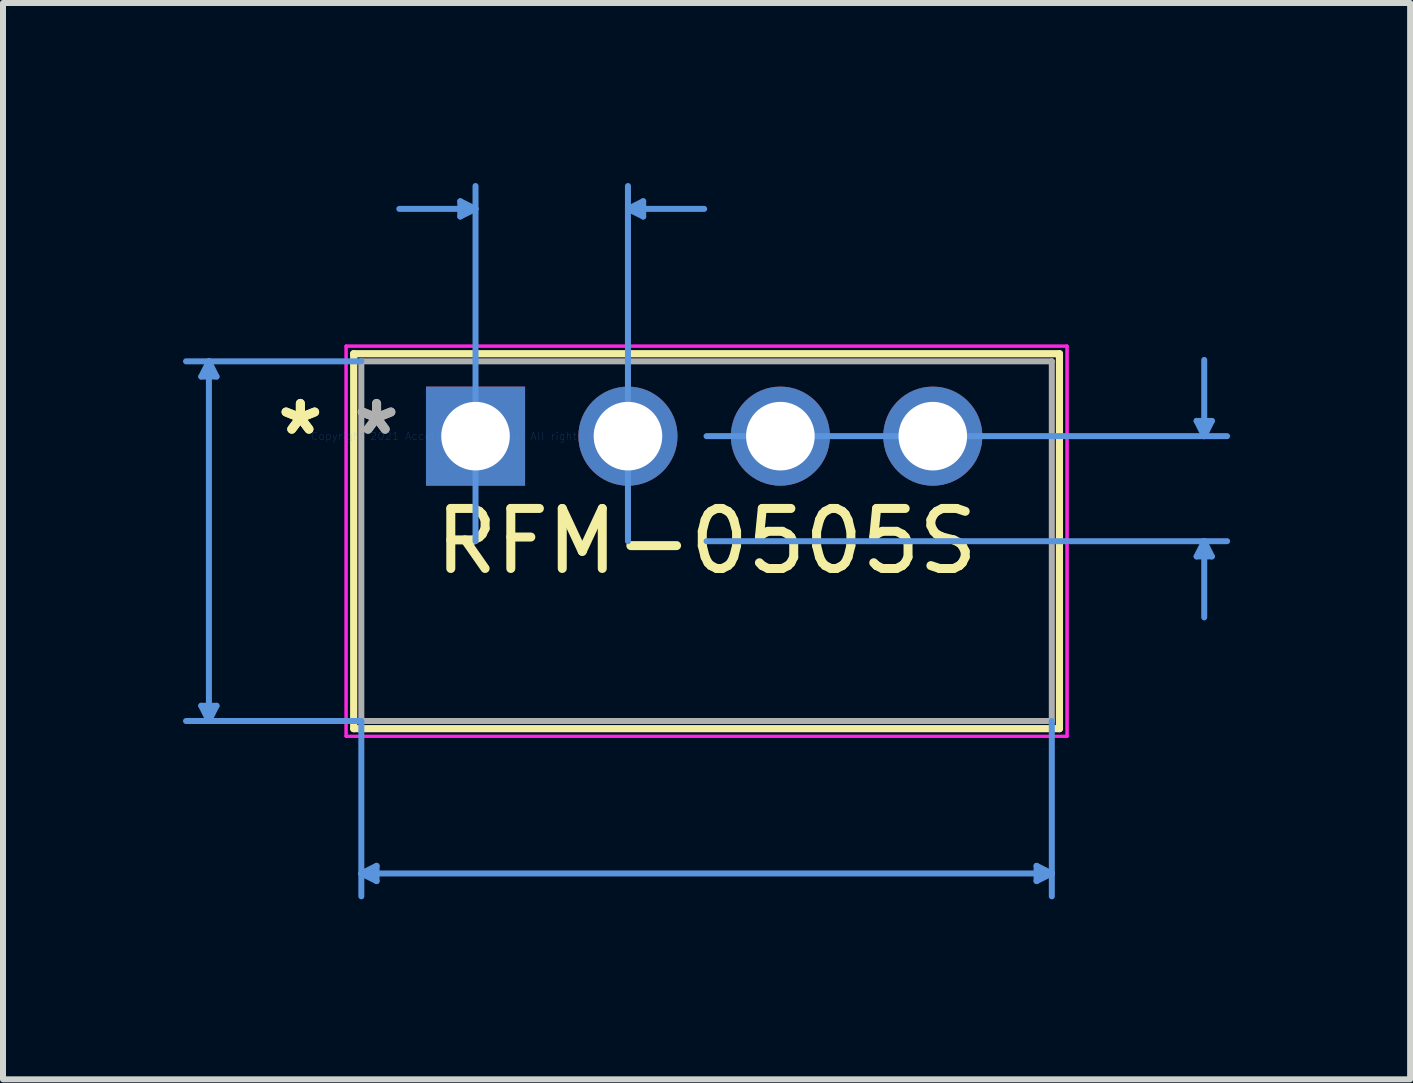
<source format=kicad_pcb>
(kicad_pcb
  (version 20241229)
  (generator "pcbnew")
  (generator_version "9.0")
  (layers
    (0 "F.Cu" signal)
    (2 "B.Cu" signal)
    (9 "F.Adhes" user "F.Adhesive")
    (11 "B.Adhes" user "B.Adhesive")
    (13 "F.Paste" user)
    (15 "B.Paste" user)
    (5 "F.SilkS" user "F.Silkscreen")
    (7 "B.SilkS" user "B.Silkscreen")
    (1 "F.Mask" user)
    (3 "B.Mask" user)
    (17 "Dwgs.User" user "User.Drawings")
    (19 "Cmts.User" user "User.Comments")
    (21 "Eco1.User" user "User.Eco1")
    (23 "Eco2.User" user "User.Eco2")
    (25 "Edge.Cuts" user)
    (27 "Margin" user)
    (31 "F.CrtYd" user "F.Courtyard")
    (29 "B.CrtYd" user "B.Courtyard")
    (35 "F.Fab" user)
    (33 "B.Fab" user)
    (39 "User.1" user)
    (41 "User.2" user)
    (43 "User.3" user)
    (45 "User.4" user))
  (footprint "RFM-0505S"
    (layer "F.Cu")
    (at 4.874 4.218)
    (property "Reference" "RFM-0505S" (at 3.85 1.75 0) (layer "F.SilkS") (effects (font (size 1 1) (thickness 0.15))))
    (attr through_hole)
    (fp_line (start -2.03 -1.374) (end -2.03 4.874) (stroke (width 0.12) (type solid)) (layer "F.SilkS"))
    (fp_line (start -2.03 4.874) (end 9.73 4.874) (stroke (width 0.12) (type solid)) (layer "F.SilkS"))
    (fp_line (start 9.73 -1.374) (end -2.03 -1.374) (stroke (width 0.12) (type solid)) (layer "F.SilkS"))
    (fp_line (start 9.73 4.874) (end 9.73 -1.374) (stroke (width 0.12) (type solid)) (layer "F.SilkS"))
    (fp_line (start -4.57 -0.993) (end -4.316 -0.993) (stroke (width 0.1) (type solid)) (layer "Cmts.User"))
    (fp_line (start -4.57 4.493) (end -4.316 4.493) (stroke (width 0.1) (type solid)) (layer "Cmts.User"))
    (fp_line (start -4.443 -1.247) (end -4.57 -0.993) (stroke (width 0.1) (type solid)) (layer "Cmts.User"))
    (fp_line (start -4.443 -1.247) (end -4.443 4.747) (stroke (width 0.1) (type solid)) (layer "Cmts.User"))
    (fp_line (start -4.443 -1.247) (end -4.316 -0.993) (stroke (width 0.1) (type solid)) (layer "Cmts.User"))
    (fp_line (start -4.443 4.747) (end -4.57 4.493) (stroke (width 0.1) (type solid)) (layer "Cmts.User"))
    (fp_line (start -4.443 4.747) (end -4.316 4.493) (stroke (width 0.1) (type solid)) (layer "Cmts.User"))
    (fp_line (start -1.903 -1.247) (end -4.824 -1.247) (stroke (width 0.1) (type solid)) (layer "Cmts.User"))
    (fp_line (start -1.903 4.747) (end -4.824 4.747) (stroke (width 0.1) (type solid)) (layer "Cmts.User"))
    (fp_line (start -1.903 4.747) (end -1.903 7.668) (stroke (width 0.1) (type solid)) (layer "Cmts.User"))
    (fp_line (start -1.903 7.287) (end -1.649 7.16) (stroke (width 0.1) (type solid)) (layer "Cmts.User"))
    (fp_line (start -1.903 7.287) (end -1.649 7.414) (stroke (width 0.1) (type solid)) (layer "Cmts.User"))
    (fp_line (start -1.903 7.287) (end 9.603 7.287) (stroke (width 0.1) (type solid)) (layer "Cmts.User"))
    (fp_line (start -1.649 7.16) (end -1.649 7.414) (stroke (width 0.1) (type solid)) (layer "Cmts.User"))
    (fp_line (start -0.254 -3.914) (end -0.254 -3.66) (stroke (width 0.1) (type solid)) (layer "Cmts.User"))
    (fp_line (start 0 -3.787) (end -1.27 -3.787) (stroke (width 0.1) (type solid)) (layer "Cmts.User"))
    (fp_line (start 0 -3.787) (end -0.254 -3.914) (stroke (width 0.1) (type solid)) (layer "Cmts.User"))
    (fp_line (start 0 -3.787) (end -0.254 -3.66) (stroke (width 0.1) (type solid)) (layer "Cmts.User"))
    (fp_line (start 0 1.75) (end 0 -4.168) (stroke (width 0.1) (type solid)) (layer "Cmts.User"))
    (fp_line (start 2.54 -3.787) (end 2.794 -3.914) (stroke (width 0.1) (type solid)) (layer "Cmts.User"))
    (fp_line (start 2.54 -3.787) (end 2.794 -3.66) (stroke (width 0.1) (type solid)) (layer "Cmts.User"))
    (fp_line (start 2.54 -3.787) (end 3.81 -3.787) (stroke (width 0.1) (type solid)) (layer "Cmts.User"))
    (fp_line (start 2.54 1.75) (end 2.54 -4.168) (stroke (width 0.1) (type solid)) (layer "Cmts.User"))
    (fp_line (start 2.794 -3.914) (end 2.794 -3.66) (stroke (width 0.1) (type solid)) (layer "Cmts.User"))
    (fp_line (start 3.85 0) (end 12.524 0) (stroke (width 0.1) (type solid)) (layer "Cmts.User"))
    (fp_line (start 3.85 1.75) (end 12.524 1.75) (stroke (width 0.1) (type solid)) (layer "Cmts.User"))
    (fp_line (start 9.349 7.16) (end 9.349 7.414) (stroke (width 0.1) (type solid)) (layer "Cmts.User"))
    (fp_line (start 9.603 4.747) (end 9.603 7.668) (stroke (width 0.1) (type solid)) (layer "Cmts.User"))
    (fp_line (start 9.603 7.287) (end 9.349 7.16) (stroke (width 0.1) (type solid)) (layer "Cmts.User"))
    (fp_line (start 9.603 7.287) (end 9.349 7.414) (stroke (width 0.1) (type solid)) (layer "Cmts.User"))
    (fp_line (start 12.016 -0.254) (end 12.27 -0.254) (stroke (width 0.1) (type solid)) (layer "Cmts.User"))
    (fp_line (start 12.016 2.004) (end 12.27 2.004) (stroke (width 0.1) (type solid)) (layer "Cmts.User"))
    (fp_line (start 12.143 0) (end 12.016 -0.254) (stroke (width 0.1) (type solid)) (layer "Cmts.User"))
    (fp_line (start 12.143 0) (end 12.143 -1.27) (stroke (width 0.1) (type solid)) (layer "Cmts.User"))
    (fp_line (start 12.143 0) (end 12.27 -0.254) (stroke (width 0.1) (type solid)) (layer "Cmts.User"))
    (fp_line (start 12.143 1.75) (end 12.016 2.004) (stroke (width 0.1) (type solid)) (layer "Cmts.User"))
    (fp_line (start 12.143 1.75) (end 12.143 3.02) (stroke (width 0.1) (type solid)) (layer "Cmts.User"))
    (fp_line (start 12.143 1.75) (end 12.27 2.004) (stroke (width 0.1) (type solid)) (layer "Cmts.User"))
    (fp_line (start -2.157 -1.501) (end 9.857 -1.501) (stroke (width 0.05) (type solid)) (layer "F.CrtYd"))
    (fp_line (start -2.157 -1.501) (end 9.857 -1.501) (stroke (width 0.05) (type solid)) (layer "F.CrtYd"))
    (fp_line (start -2.157 5.001) (end -2.157 -1.501) (stroke (width 0.05) (type solid)) (layer "F.CrtYd"))
    (fp_line (start -2.157 5.001) (end -2.157 -1.501) (stroke (width 0.05) (type solid)) (layer "F.CrtYd"))
    (fp_line (start 9.857 -1.501) (end 9.857 5.001) (stroke (width 0.05) (type solid)) (layer "F.CrtYd"))
    (fp_line (start 9.857 -1.501) (end 9.857 5.001) (stroke (width 0.05) (type solid)) (layer "F.CrtYd"))
    (fp_line (start 9.857 5.001) (end -2.157 5.001) (stroke (width 0.05) (type solid)) (layer "F.CrtYd"))
    (fp_line (start 9.857 5.001) (end -2.157 5.001) (stroke (width 0.05) (type solid)) (layer "F.CrtYd"))
    (fp_line (start -1.903 -1.247) (end -1.903 4.747) (stroke (width 0.1) (type solid)) (layer "F.Fab"))
    (fp_line (start -1.903 4.747) (end 9.603 4.747) (stroke (width 0.1) (type solid)) (layer "F.Fab"))
    (fp_line (start 9.603 -1.247) (end -1.903 -1.247) (stroke (width 0.1) (type solid)) (layer "F.Fab"))
    (fp_line (start 9.603 4.747) (end 9.603 -1.247) (stroke (width 0.1) (type solid)) (layer "F.Fab"))
    (fp_text user "*" (at -2.919 0 0) (layer "F.SilkS") (effects (font (size 1 1) (thickness 0.15))))
    (fp_text user "*" (at -2.919 0 0) (layer "F.SilkS") (effects (font (size 1 1) (thickness 0.15))))
    (fp_text user "Copyright 2021 Accelerated Designs. All rights reserved." (at 0 0 0) (layer "Cmts.User") (effects (font (size 0.127 0.127) (thickness 0.002))))
    (fp_text user "*" (at -1.649 0 0) (layer "F.Fab") (effects (font (size 1 1) (thickness 0.15))))
    (fp_text user "*" (at -1.649 0 0) (layer "F.Fab") (effects (font (size 1 1) (thickness 0.15))))
    (pad "1" thru_hole rect (at 0 0.000001) (size 1.651 1.651) (drill 1.143) (layers "*.Cu" "*.Mask"))
    (pad "2" thru_hole circle (at 2.54 0.000001) (size 1.651 1.651) (drill 1.143) (layers "*.Cu" "*.Mask"))
    (pad "3" thru_hole circle (at 5.08 0.000001) (size 1.651 1.651) (drill 1.143) (layers "*.Cu" "*.Mask"))
    (pad "4" thru_hole circle (at 7.62 0.000001) (size 1.651 1.651) (drill 1.143) (layers "*.Cu" "*.Mask")))
  (gr_rect
    (start -3 -3)
    (end 20.448 14.936)
    (stroke (width 0.1) (type default))
    (fill no)
    (layer "Edge.Cuts")))
</source>
